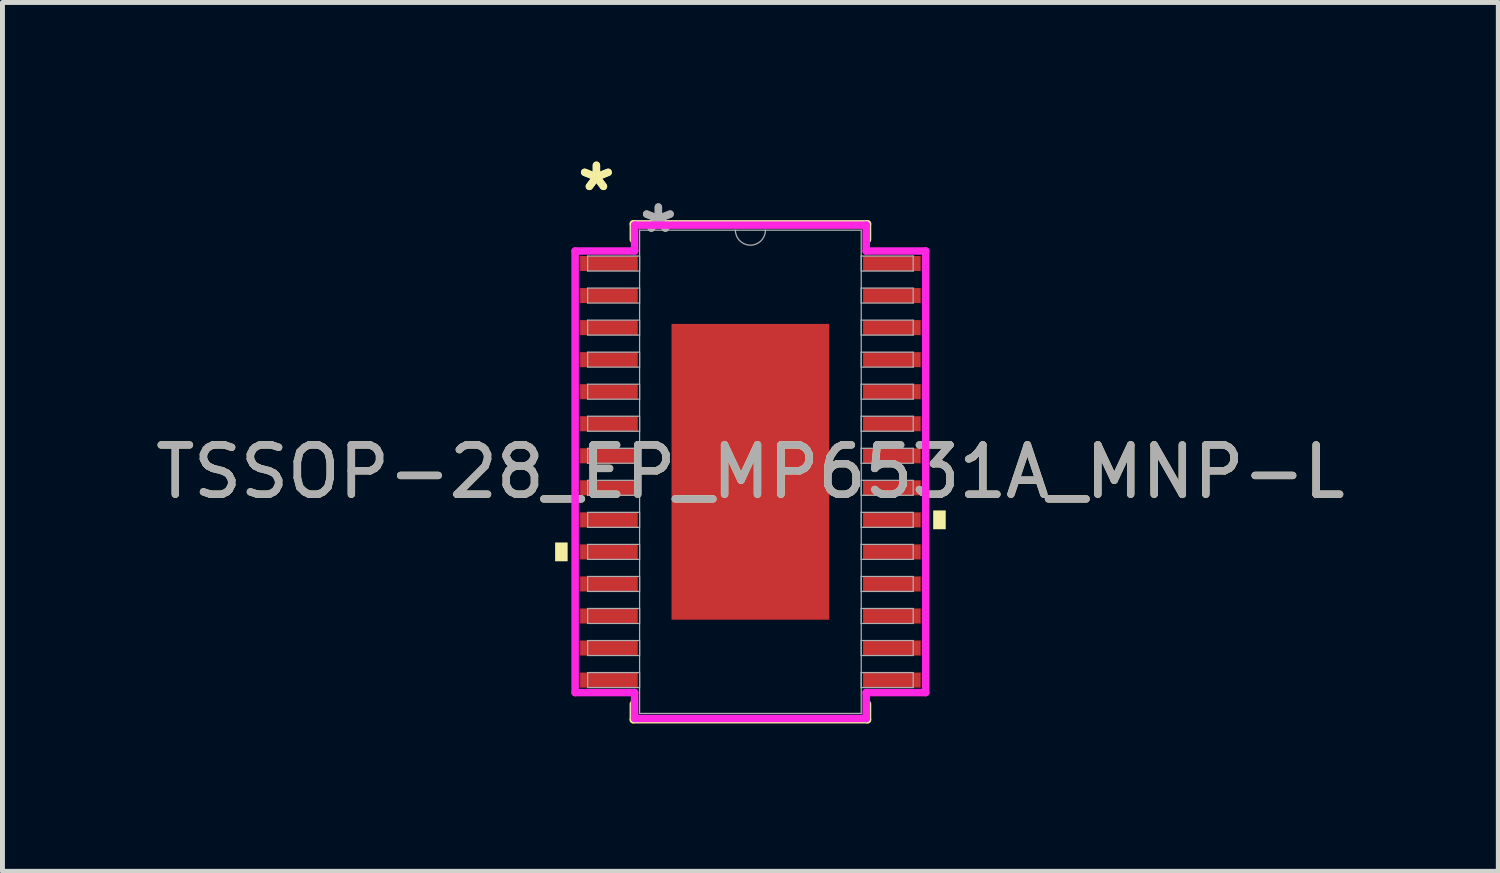
<source format=kicad_pcb>
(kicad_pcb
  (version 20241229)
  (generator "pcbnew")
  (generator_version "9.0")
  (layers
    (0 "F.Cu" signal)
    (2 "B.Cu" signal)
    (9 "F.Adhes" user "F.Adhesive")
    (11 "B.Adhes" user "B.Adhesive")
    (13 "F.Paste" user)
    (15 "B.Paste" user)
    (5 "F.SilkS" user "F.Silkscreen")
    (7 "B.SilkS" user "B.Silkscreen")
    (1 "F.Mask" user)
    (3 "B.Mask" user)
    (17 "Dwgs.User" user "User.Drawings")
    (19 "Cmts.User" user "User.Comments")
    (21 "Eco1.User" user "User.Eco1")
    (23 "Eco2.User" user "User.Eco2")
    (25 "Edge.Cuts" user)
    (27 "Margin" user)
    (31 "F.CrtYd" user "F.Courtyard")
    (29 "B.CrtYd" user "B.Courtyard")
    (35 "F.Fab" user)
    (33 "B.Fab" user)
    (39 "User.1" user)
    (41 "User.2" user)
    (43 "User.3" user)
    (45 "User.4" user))
  (footprint "TSSOP-28_EP_MP6531A_MNP-L"
    (layer "F.Cu")
    (at 12.173 6.521)
    (property "Reference" "TSSOP-28_EP_MP6531A_MNP-L" (at 0 0 0) (unlocked yes) (layer "F.SilkS") (effects (font (size 1 1) (thickness 0.15))))
    (attr smd)
    (fp_line (start -2.375 -5.029) (end -2.375 -4.71) (stroke (width 0.152) (type solid)) (layer "F.SilkS"))
    (fp_line (start -2.375 4.71) (end -2.375 5.029) (stroke (width 0.152) (type solid)) (layer "F.SilkS"))
    (fp_line (start -2.375 5.029) (end 2.375 5.029) (stroke (width 0.152) (type solid)) (layer "F.SilkS"))
    (fp_line (start 2.375 -5.029) (end -2.375 -5.029) (stroke (width 0.152) (type solid)) (layer "F.SilkS"))
    (fp_line (start 2.375 -4.71) (end 2.375 -5.029) (stroke (width 0.152) (type solid)) (layer "F.SilkS"))
    (fp_line (start 2.375 5.029) (end 2.375 4.71) (stroke (width 0.152) (type solid)) (layer "F.SilkS"))
    (fp_poly (pts (xy -3.962 1.434) (xy -3.962 1.815) (xy -3.708 1.815) (xy -3.708 1.434)) (stroke (width 0) (type solid)) (fill yes) (layer "F.SilkS"))
    (fp_poly (pts (xy 3.962 0.784) (xy 3.962 1.165) (xy 3.708 1.165) (xy 3.708 0.784)) (stroke (width 0) (type solid)) (fill yes) (layer "F.SilkS"))
    (fp_poly (pts (xy -1.5 -2.9) (xy -1.5 -1.6) (xy -0.1 -1.6) (xy -0.1 -2.9)) (stroke (width 0) (type solid)) (fill yes) (layer "F.Paste"))
    (fp_poly (pts (xy -1.5 -1.4) (xy -1.5 -0.1) (xy -0.1 -0.1) (xy -0.1 -1.4)) (stroke (width 0) (type solid)) (fill yes) (layer "F.Paste"))
    (fp_poly (pts (xy -1.5 0.1) (xy -1.5 1.4) (xy -0.1 1.4) (xy -0.1 0.1)) (stroke (width 0) (type solid)) (fill yes) (layer "F.Paste"))
    (fp_poly (pts (xy -1.5 1.6) (xy -1.5 2.9) (xy -0.1 2.9) (xy -0.1 1.6)) (stroke (width 0) (type solid)) (fill yes) (layer "F.Paste"))
    (fp_poly (pts (xy 0.1 -2.9) (xy 0.1 -1.6) (xy 1.5 -1.6) (xy 1.5 -2.9)) (stroke (width 0) (type solid)) (fill yes) (layer "F.Paste"))
    (fp_poly (pts (xy 0.1 -1.4) (xy 0.1 -0.1) (xy 1.5 -0.1) (xy 1.5 -1.4)) (stroke (width 0) (type solid)) (fill yes) (layer "F.Paste"))
    (fp_poly (pts (xy 0.1 0.1) (xy 0.1 1.4) (xy 1.5 1.4) (xy 1.5 0.1)) (stroke (width 0) (type solid)) (fill yes) (layer "F.Paste"))
    (fp_poly (pts (xy 0.1 1.6) (xy 0.1 2.9) (xy 1.5 2.9) (xy 1.5 1.6)) (stroke (width 0) (type solid)) (fill yes) (layer "F.Paste"))
    (fp_line (start -3.556 -4.479) (end -2.349 -4.479) (stroke (width 0.152) (type solid)) (layer "F.CrtYd"))
    (fp_line (start -3.556 4.479) (end -3.556 -4.479) (stroke (width 0.152) (type solid)) (layer "F.CrtYd"))
    (fp_line (start -3.556 4.479) (end -2.349 4.479) (stroke (width 0.152) (type solid)) (layer "F.CrtYd"))
    (fp_line (start -2.349 -5.004) (end 2.349 -5.004) (stroke (width 0.152) (type solid)) (layer "F.CrtYd"))
    (fp_line (start -2.349 -4.479) (end -2.349 -5.004) (stroke (width 0.152) (type solid)) (layer "F.CrtYd"))
    (fp_line (start -2.349 5.004) (end -2.349 4.479) (stroke (width 0.152) (type solid)) (layer "F.CrtYd"))
    (fp_line (start 2.349 -5.004) (end 2.349 -4.479) (stroke (width 0.152) (type solid)) (layer "F.CrtYd"))
    (fp_line (start 2.349 4.479) (end 2.349 5.004) (stroke (width 0.152) (type solid)) (layer "F.CrtYd"))
    (fp_line (start 2.349 5.004) (end -2.349 5.004) (stroke (width 0.152) (type solid)) (layer "F.CrtYd"))
    (fp_line (start 3.556 -4.479) (end 2.349 -4.479) (stroke (width 0.152) (type solid)) (layer "F.CrtYd"))
    (fp_line (start 3.556 -4.479) (end 3.556 4.479) (stroke (width 0.152) (type solid)) (layer "F.CrtYd"))
    (fp_line (start 3.556 4.479) (end 2.349 4.479) (stroke (width 0.152) (type solid)) (layer "F.CrtYd"))
    (fp_line (start -3.302 -4.377) (end -3.302 -4.073) (stroke (width 0.025) (type solid)) (layer "F.Fab"))
    (fp_line (start -3.302 -4.073) (end -2.248 -4.073) (stroke (width 0.025) (type solid)) (layer "F.Fab"))
    (fp_line (start -3.302 -3.727) (end -3.302 -3.423) (stroke (width 0.025) (type solid)) (layer "F.Fab"))
    (fp_line (start -3.302 -3.423) (end -2.248 -3.423) (stroke (width 0.025) (type solid)) (layer "F.Fab"))
    (fp_line (start -3.302 -3.077) (end -3.302 -2.773) (stroke (width 0.025) (type solid)) (layer "F.Fab"))
    (fp_line (start -3.302 -2.773) (end -2.248 -2.773) (stroke (width 0.025) (type solid)) (layer "F.Fab"))
    (fp_line (start -3.302 -2.427) (end -3.302 -2.123) (stroke (width 0.025) (type solid)) (layer "F.Fab"))
    (fp_line (start -3.302 -2.123) (end -2.248 -2.123) (stroke (width 0.025) (type solid)) (layer "F.Fab"))
    (fp_line (start -3.302 -1.777) (end -3.302 -1.473) (stroke (width 0.025) (type solid)) (layer "F.Fab"))
    (fp_line (start -3.302 -1.473) (end -2.248 -1.473) (stroke (width 0.025) (type solid)) (layer "F.Fab"))
    (fp_line (start -3.302 -1.127) (end -3.302 -0.823) (stroke (width 0.025) (type solid)) (layer "F.Fab"))
    (fp_line (start -3.302 -0.823) (end -2.248 -0.823) (stroke (width 0.025) (type solid)) (layer "F.Fab"))
    (fp_line (start -3.302 -0.477) (end -3.302 -0.173) (stroke (width 0.025) (type solid)) (layer "F.Fab"))
    (fp_line (start -3.302 -0.173) (end -2.248 -0.173) (stroke (width 0.025) (type solid)) (layer "F.Fab"))
    (fp_line (start -3.302 0.173) (end -3.302 0.477) (stroke (width 0.025) (type solid)) (layer "F.Fab"))
    (fp_line (start -3.302 0.477) (end -2.248 0.477) (stroke (width 0.025) (type solid)) (layer "F.Fab"))
    (fp_line (start -3.302 0.823) (end -3.302 1.127) (stroke (width 0.025) (type solid)) (layer "F.Fab"))
    (fp_line (start -3.302 1.127) (end -2.248 1.127) (stroke (width 0.025) (type solid)) (layer "F.Fab"))
    (fp_line (start -3.302 1.473) (end -3.302 1.777) (stroke (width 0.025) (type solid)) (layer "F.Fab"))
    (fp_line (start -3.302 1.777) (end -2.248 1.777) (stroke (width 0.025) (type solid)) (layer "F.Fab"))
    (fp_line (start -3.302 2.123) (end -3.302 2.427) (stroke (width 0.025) (type solid)) (layer "F.Fab"))
    (fp_line (start -3.302 2.427) (end -2.248 2.427) (stroke (width 0.025) (type solid)) (layer "F.Fab"))
    (fp_line (start -3.302 2.773) (end -3.302 3.077) (stroke (width 0.025) (type solid)) (layer "F.Fab"))
    (fp_line (start -3.302 3.077) (end -2.248 3.077) (stroke (width 0.025) (type solid)) (layer "F.Fab"))
    (fp_line (start -3.302 3.423) (end -3.302 3.727) (stroke (width 0.025) (type solid)) (layer "F.Fab"))
    (fp_line (start -3.302 3.727) (end -2.248 3.727) (stroke (width 0.025) (type solid)) (layer "F.Fab"))
    (fp_line (start -3.302 4.073) (end -3.302 4.377) (stroke (width 0.025) (type solid)) (layer "F.Fab"))
    (fp_line (start -3.302 4.377) (end -2.248 4.377) (stroke (width 0.025) (type solid)) (layer "F.Fab"))
    (fp_line (start -2.248 -4.902) (end -2.248 4.902) (stroke (width 0.025) (type solid)) (layer "F.Fab"))
    (fp_line (start -2.248 -4.377) (end -3.302 -4.377) (stroke (width 0.025) (type solid)) (layer "F.Fab"))
    (fp_line (start -2.248 -4.073) (end -2.248 -4.377) (stroke (width 0.025) (type solid)) (layer "F.Fab"))
    (fp_line (start -2.248 -3.727) (end -3.302 -3.727) (stroke (width 0.025) (type solid)) (layer "F.Fab"))
    (fp_line (start -2.248 -3.423) (end -2.248 -3.727) (stroke (width 0.025) (type solid)) (layer "F.Fab"))
    (fp_line (start -2.248 -3.077) (end -3.302 -3.077) (stroke (width 0.025) (type solid)) (layer "F.Fab"))
    (fp_line (start -2.248 -2.773) (end -2.248 -3.077) (stroke (width 0.025) (type solid)) (layer "F.Fab"))
    (fp_line (start -2.248 -2.427) (end -3.302 -2.427) (stroke (width 0.025) (type solid)) (layer "F.Fab"))
    (fp_line (start -2.248 -2.123) (end -2.248 -2.427) (stroke (width 0.025) (type solid)) (layer "F.Fab"))
    (fp_line (start -2.248 -1.777) (end -3.302 -1.777) (stroke (width 0.025) (type solid)) (layer "F.Fab"))
    (fp_line (start -2.248 -1.473) (end -2.248 -1.777) (stroke (width 0.025) (type solid)) (layer "F.Fab"))
    (fp_line (start -2.248 -1.127) (end -3.302 -1.127) (stroke (width 0.025) (type solid)) (layer "F.Fab"))
    (fp_line (start -2.248 -0.823) (end -2.248 -1.127) (stroke (width 0.025) (type solid)) (layer "F.Fab"))
    (fp_line (start -2.248 -0.477) (end -3.302 -0.477) (stroke (width 0.025) (type solid)) (layer "F.Fab"))
    (fp_line (start -2.248 -0.173) (end -2.248 -0.477) (stroke (width 0.025) (type solid)) (layer "F.Fab"))
    (fp_line (start -2.248 0.173) (end -3.302 0.173) (stroke (width 0.025) (type solid)) (layer "F.Fab"))
    (fp_line (start -2.248 0.477) (end -2.248 0.173) (stroke (width 0.025) (type solid)) (layer "F.Fab"))
    (fp_line (start -2.248 0.823) (end -3.302 0.823) (stroke (width 0.025) (type solid)) (layer "F.Fab"))
    (fp_line (start -2.248 1.127) (end -2.248 0.823) (stroke (width 0.025) (type solid)) (layer "F.Fab"))
    (fp_line (start -2.248 1.473) (end -3.302 1.473) (stroke (width 0.025) (type solid)) (layer "F.Fab"))
    (fp_line (start -2.248 1.777) (end -2.248 1.473) (stroke (width 0.025) (type solid)) (layer "F.Fab"))
    (fp_line (start -2.248 2.123) (end -3.302 2.123) (stroke (width 0.025) (type solid)) (layer "F.Fab"))
    (fp_line (start -2.248 2.427) (end -2.248 2.123) (stroke (width 0.025) (type solid)) (layer "F.Fab"))
    (fp_line (start -2.248 2.773) (end -3.302 2.773) (stroke (width 0.025) (type solid)) (layer "F.Fab"))
    (fp_line (start -2.248 3.077) (end -2.248 2.773) (stroke (width 0.025) (type solid)) (layer "F.Fab"))
    (fp_line (start -2.248 3.423) (end -3.302 3.423) (stroke (width 0.025) (type solid)) (layer "F.Fab"))
    (fp_line (start -2.248 3.727) (end -2.248 3.423) (stroke (width 0.025) (type solid)) (layer "F.Fab"))
    (fp_line (start -2.248 4.073) (end -3.302 4.073) (stroke (width 0.025) (type solid)) (layer "F.Fab"))
    (fp_line (start -2.248 4.377) (end -2.248 4.073) (stroke (width 0.025) (type solid)) (layer "F.Fab"))
    (fp_line (start -2.248 4.902) (end 2.248 4.902) (stroke (width 0.025) (type solid)) (layer "F.Fab"))
    (fp_line (start 2.248 -4.902) (end -2.248 -4.902) (stroke (width 0.025) (type solid)) (layer "F.Fab"))
    (fp_line (start 2.248 -4.377) (end 2.248 -4.073) (stroke (width 0.025) (type solid)) (layer "F.Fab"))
    (fp_line (start 2.248 -4.073) (end 3.302 -4.073) (stroke (width 0.025) (type solid)) (layer "F.Fab"))
    (fp_line (start 2.248 -3.727) (end 2.248 -3.423) (stroke (width 0.025) (type solid)) (layer "F.Fab"))
    (fp_line (start 2.248 -3.423) (end 3.302 -3.423) (stroke (width 0.025) (type solid)) (layer "F.Fab"))
    (fp_line (start 2.248 -3.077) (end 2.248 -2.773) (stroke (width 0.025) (type solid)) (layer "F.Fab"))
    (fp_line (start 2.248 -2.773) (end 3.302 -2.773) (stroke (width 0.025) (type solid)) (layer "F.Fab"))
    (fp_line (start 2.248 -2.427) (end 2.248 -2.123) (stroke (width 0.025) (type solid)) (layer "F.Fab"))
    (fp_line (start 2.248 -2.123) (end 3.302 -2.123) (stroke (width 0.025) (type solid)) (layer "F.Fab"))
    (fp_line (start 2.248 -1.777) (end 2.248 -1.473) (stroke (width 0.025) (type solid)) (layer "F.Fab"))
    (fp_line (start 2.248 -1.473) (end 3.302 -1.473) (stroke (width 0.025) (type solid)) (layer "F.Fab"))
    (fp_line (start 2.248 -1.127) (end 2.248 -0.823) (stroke (width 0.025) (type solid)) (layer "F.Fab"))
    (fp_line (start 2.248 -0.823) (end 3.302 -0.823) (stroke (width 0.025) (type solid)) (layer "F.Fab"))
    (fp_line (start 2.248 -0.477) (end 2.248 -0.173) (stroke (width 0.025) (type solid)) (layer "F.Fab"))
    (fp_line (start 2.248 -0.173) (end 3.302 -0.173) (stroke (width 0.025) (type solid)) (layer "F.Fab"))
    (fp_line (start 2.248 0.173) (end 2.248 0.477) (stroke (width 0.025) (type solid)) (layer "F.Fab"))
    (fp_line (start 2.248 0.477) (end 3.302 0.477) (stroke (width 0.025) (type solid)) (layer "F.Fab"))
    (fp_line (start 2.248 0.823) (end 2.248 1.127) (stroke (width 0.025) (type solid)) (layer "F.Fab"))
    (fp_line (start 2.248 1.127) (end 3.302 1.127) (stroke (width 0.025) (type solid)) (layer "F.Fab"))
    (fp_line (start 2.248 1.473) (end 2.248 1.777) (stroke (width 0.025) (type solid)) (layer "F.Fab"))
    (fp_line (start 2.248 1.777) (end 3.302 1.777) (stroke (width 0.025) (type solid)) (layer "F.Fab"))
    (fp_line (start 2.248 2.123) (end 2.248 2.427) (stroke (width 0.025) (type solid)) (layer "F.Fab"))
    (fp_line (start 2.248 2.427) (end 3.302 2.427) (stroke (width 0.025) (type solid)) (layer "F.Fab"))
    (fp_line (start 2.248 2.773) (end 2.248 3.077) (stroke (width 0.025) (type solid)) (layer "F.Fab"))
    (fp_line (start 2.248 3.077) (end 3.302 3.077) (stroke (width 0.025) (type solid)) (layer "F.Fab"))
    (fp_line (start 2.248 3.423) (end 2.248 3.727) (stroke (width 0.025) (type solid)) (layer "F.Fab"))
    (fp_line (start 2.248 3.727) (end 3.302 3.727) (stroke (width 0.025) (type solid)) (layer "F.Fab"))
    (fp_line (start 2.248 4.073) (end 2.248 4.377) (stroke (width 0.025) (type solid)) (layer "F.Fab"))
    (fp_line (start 2.248 4.377) (end 3.302 4.377) (stroke (width 0.025) (type solid)) (layer "F.Fab"))
    (fp_line (start 2.248 4.902) (end 2.248 -4.902) (stroke (width 0.025) (type solid)) (layer "F.Fab"))
    (fp_line (start 3.302 -4.377) (end 2.248 -4.377) (stroke (width 0.025) (type solid)) (layer "F.Fab"))
    (fp_line (start 3.302 -4.073) (end 3.302 -4.377) (stroke (width 0.025) (type solid)) (layer "F.Fab"))
    (fp_line (start 3.302 -3.727) (end 2.248 -3.727) (stroke (width 0.025) (type solid)) (layer "F.Fab"))
    (fp_line (start 3.302 -3.423) (end 3.302 -3.727) (stroke (width 0.025) (type solid)) (layer "F.Fab"))
    (fp_line (start 3.302 -3.077) (end 2.248 -3.077) (stroke (width 0.025) (type solid)) (layer "F.Fab"))
    (fp_line (start 3.302 -2.773) (end 3.302 -3.077) (stroke (width 0.025) (type solid)) (layer "F.Fab"))
    (fp_line (start 3.302 -2.427) (end 2.248 -2.427) (stroke (width 0.025) (type solid)) (layer "F.Fab"))
    (fp_line (start 3.302 -2.123) (end 3.302 -2.427) (stroke (width 0.025) (type solid)) (layer "F.Fab"))
    (fp_line (start 3.302 -1.777) (end 2.248 -1.777) (stroke (width 0.025) (type solid)) (layer "F.Fab"))
    (fp_line (start 3.302 -1.473) (end 3.302 -1.777) (stroke (width 0.025) (type solid)) (layer "F.Fab"))
    (fp_line (start 3.302 -1.127) (end 2.248 -1.127) (stroke (width 0.025) (type solid)) (layer "F.Fab"))
    (fp_line (start 3.302 -0.823) (end 3.302 -1.127) (stroke (width 0.025) (type solid)) (layer "F.Fab"))
    (fp_line (start 3.302 -0.477) (end 2.248 -0.477) (stroke (width 0.025) (type solid)) (layer "F.Fab"))
    (fp_line (start 3.302 -0.173) (end 3.302 -0.477) (stroke (width 0.025) (type solid)) (layer "F.Fab"))
    (fp_line (start 3.302 0.173) (end 2.248 0.173) (stroke (width 0.025) (type solid)) (layer "F.Fab"))
    (fp_line (start 3.302 0.477) (end 3.302 0.173) (stroke (width 0.025) (type solid)) (layer "F.Fab"))
    (fp_line (start 3.302 0.823) (end 2.248 0.823) (stroke (width 0.025) (type solid)) (layer "F.Fab"))
    (fp_line (start 3.302 1.127) (end 3.302 0.823) (stroke (width 0.025) (type solid)) (layer "F.Fab"))
    (fp_line (start 3.302 1.473) (end 2.248 1.473) (stroke (width 0.025) (type solid)) (layer "F.Fab"))
    (fp_line (start 3.302 1.777) (end 3.302 1.473) (stroke (width 0.025) (type solid)) (layer "F.Fab"))
    (fp_line (start 3.302 2.123) (end 2.248 2.123) (stroke (width 0.025) (type solid)) (layer "F.Fab"))
    (fp_line (start 3.302 2.427) (end 3.302 2.123) (stroke (width 0.025) (type solid)) (layer "F.Fab"))
    (fp_line (start 3.302 2.773) (end 2.248 2.773) (stroke (width 0.025) (type solid)) (layer "F.Fab"))
    (fp_line (start 3.302 3.077) (end 3.302 2.773) (stroke (width 0.025) (type solid)) (layer "F.Fab"))
    (fp_line (start 3.302 3.423) (end 2.248 3.423) (stroke (width 0.025) (type solid)) (layer "F.Fab"))
    (fp_line (start 3.302 3.727) (end 3.302 3.423) (stroke (width 0.025) (type solid)) (layer "F.Fab"))
    (fp_line (start 3.302 4.073) (end 2.248 4.073) (stroke (width 0.025) (type solid)) (layer "F.Fab"))
    (fp_line (start 3.302 4.377) (end 3.302 4.073) (stroke (width 0.025) (type solid)) (layer "F.Fab"))
    (fp_arc (start 0.3048 -4.9022) (mid 0 -4.5974) (end -0.3048 -4.9022) (stroke (width 0.0254) (type solid)) (layer "F.Fab"))
    (fp_text user "*" (at -3.124 -5.673 0) (layer "F.SilkS") (effects (font (size 1 1) (thickness 0.15))))
    (fp_text user "*" (at -3.124 -5.673 0) (unlocked yes) (layer "F.SilkS") (effects (font (size 1 1) (thickness 0.15))))
    (fp_text user "*" (at -1.867 -4.826 0) (layer "F.Fab") (effects (font (size 1 1) (thickness 0.15))))
    (fp_text user "*" (at -1.867 -4.826 0) (unlocked yes) (layer "F.Fab") (effects (font (size 1 1) (thickness 0.15))))
    (fp_text user "${REFERENCE}" (at 0 0 0) (unlocked yes) (layer "F.Fab") (effects (font (size 1 1) (thickness 0.15))))
    (pad "1" smd rect (at -2.87 -4.225) (size 1.168 0.305) (layers "F.Cu" "F.Mask" "F.Paste"))
    (pad "2" smd rect (at -2.87 -3.575) (size 1.168 0.305) (layers "F.Cu" "F.Mask" "F.Paste"))
    (pad "3" smd rect (at -2.87 -2.925) (size 1.168 0.305) (layers "F.Cu" "F.Mask" "F.Paste"))
    (pad "4" smd rect (at -2.87 -2.275) (size 1.168 0.305) (layers "F.Cu" "F.Mask" "F.Paste"))
    (pad "5" smd rect (at -2.87 -1.625) (size 1.168 0.305) (layers "F.Cu" "F.Mask" "F.Paste"))
    (pad "6" smd rect (at -2.87 -0.975) (size 1.168 0.305) (layers "F.Cu" "F.Mask" "F.Paste"))
    (pad "7" smd rect (at -2.87 -0.325) (size 1.168 0.305) (layers "F.Cu" "F.Mask" "F.Paste"))
    (pad "8" smd rect (at -2.87 0.325) (size 1.168 0.305) (layers "F.Cu" "F.Mask" "F.Paste"))
    (pad "9" smd rect (at -2.87 0.975) (size 1.168 0.305) (layers "F.Cu" "F.Mask" "F.Paste"))
    (pad "10" smd rect (at -2.87 1.625) (size 1.168 0.305) (layers "F.Cu" "F.Mask" "F.Paste"))
    (pad "11" smd rect (at -2.87 2.275) (size 1.168 0.305) (layers "F.Cu" "F.Mask" "F.Paste"))
    (pad "12" smd rect (at -2.87 2.925) (size 1.168 0.305) (layers "F.Cu" "F.Mask" "F.Paste"))
    (pad "13" smd rect (at -2.87 3.575) (size 1.168 0.305) (layers "F.Cu" "F.Mask" "F.Paste"))
    (pad "14" smd rect (at -2.87 4.225) (size 1.168 0.305) (layers "F.Cu" "F.Mask" "F.Paste"))
    (pad "15" smd rect (at 2.87 4.225) (size 1.168 0.305) (layers "F.Cu" "F.Mask" "F.Paste"))
    (pad "16" smd rect (at 2.87 3.575) (size 1.168 0.305) (layers "F.Cu" "F.Mask" "F.Paste"))
    (pad "17" smd rect (at 2.87 2.925) (size 1.168 0.305) (layers "F.Cu" "F.Mask" "F.Paste"))
    (pad "18" smd rect (at 2.87 2.275) (size 1.168 0.305) (layers "F.Cu" "F.Mask" "F.Paste"))
    (pad "19" smd rect (at 2.87 1.625) (size 1.168 0.305) (layers "F.Cu" "F.Mask" "F.Paste"))
    (pad "20" smd rect (at 2.87 0.975) (size 1.168 0.305) (layers "F.Cu" "F.Mask" "F.Paste"))
    (pad "21" smd rect (at 2.87 0.325) (size 1.168 0.305) (layers "F.Cu" "F.Mask" "F.Paste"))
    (pad "22" smd rect (at 2.87 -0.325) (size 1.168 0.305) (layers "F.Cu" "F.Mask" "F.Paste"))
    (pad "23" smd rect (at 2.87 -0.975) (size 1.168 0.305) (layers "F.Cu" "F.Mask" "F.Paste"))
    (pad "24" smd rect (at 2.87 -1.625) (size 1.168 0.305) (layers "F.Cu" "F.Mask" "F.Paste"))
    (pad "25" smd rect (at 2.87 -2.275) (size 1.168 0.305) (layers "F.Cu" "F.Mask" "F.Paste"))
    (pad "26" smd rect (at 2.87 -2.925) (size 1.168 0.305) (layers "F.Cu" "F.Mask" "F.Paste"))
    (pad "27" smd rect (at 2.87 -3.575) (size 1.168 0.305) (layers "F.Cu" "F.Mask" "F.Paste"))
    (pad "28" smd rect (at 2.87 -4.225) (size 1.168 0.305) (layers "F.Cu" "F.Mask" "F.Paste"))
    (pad "29" smd rect (at 0 0) (size 3.2 6) (layers "F.Cu" "F.Mask")))
  (gr_rect
    (start -3 -3)
    (end 27.345 14.626)
    (stroke (width 0.1) (type default))
    (fill no)
    (layer "Edge.Cuts")))
</source>
